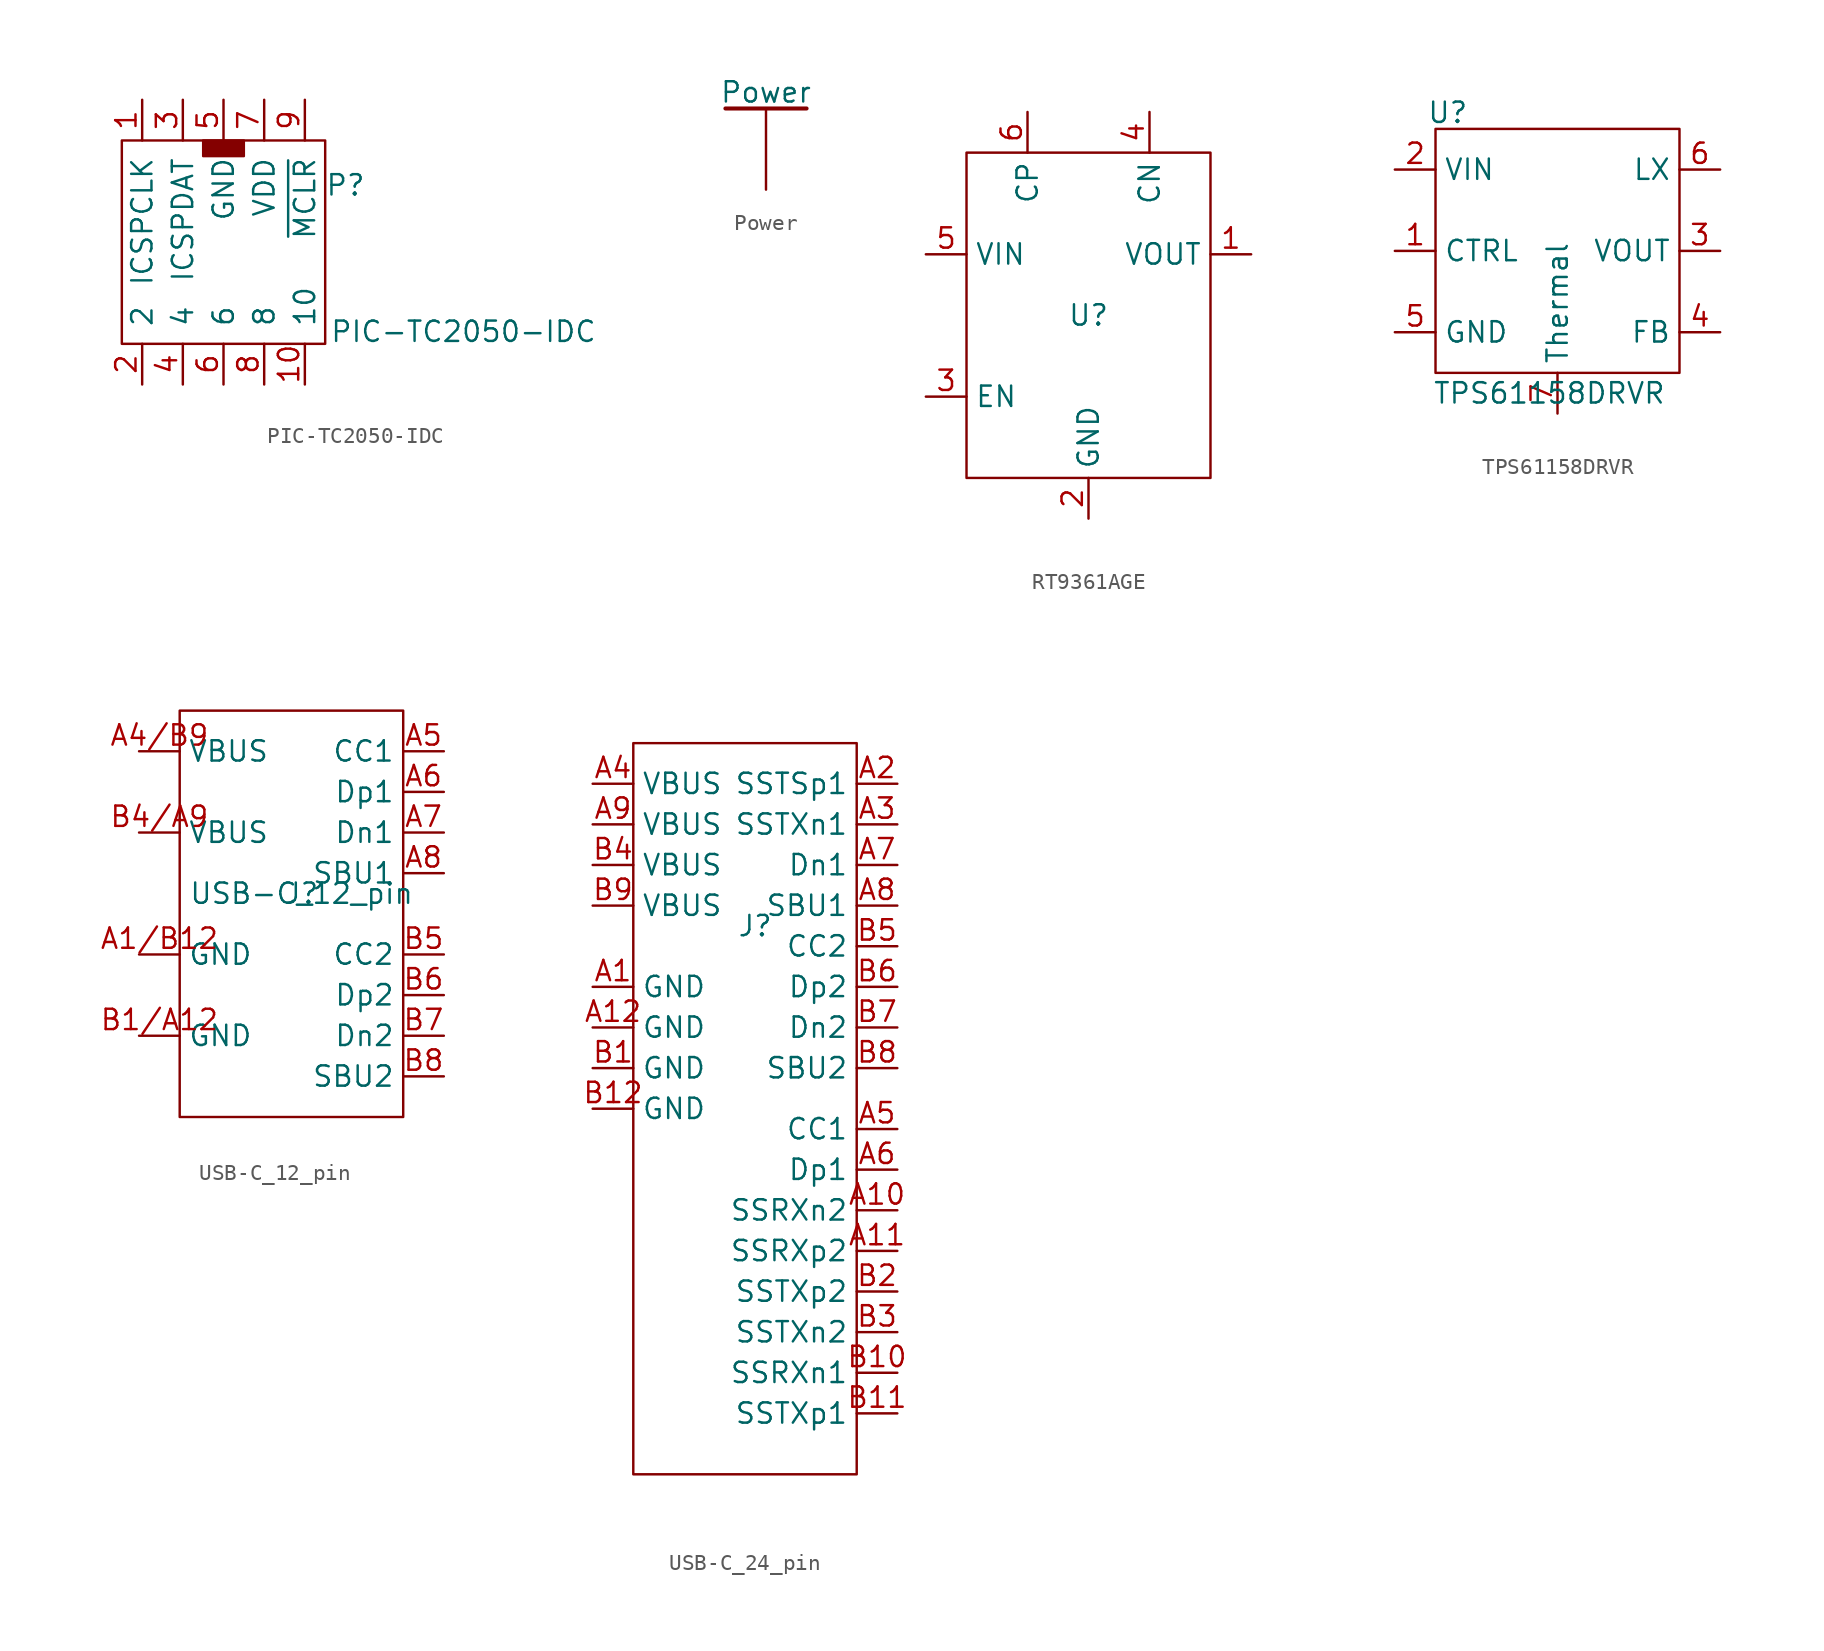
<source format=kicad_sym>
(kicad_symbol_lib
  (version 20240819)
  (generator "kicad_symbol_editor")
  (generator_version "8.99")
  (symbol "PIC-TC2050-IDC"
    (pin_names
      (offset 1.016))
    (property "Reference" "P"
      (at 7.62 3.556 0)
      (effects (font (size 1.27 1.27))))
    (property "Value" "PIC-TC2050-IDC"
      (at 14.986 -5.588 0)
      (effects (font (size 1.27 1.27))))
    (symbol "PIC-TC2050-IDC_0_1"
      (rectangle (start -6.35 6.35) (end 6.35 -6.35) (stroke (width 0) (type default)) (fill (type none)))
      (rectangle (start -1.27 6.35) (end 1.27 5.371) (stroke (width 0) (type default)) (fill (type outline))))
    (symbol "PIC-TC2050-IDC_1_1"
      (pin passive line (at -5.08 8.89 270) (length 2.54) (name "ICSPCLK" (effects (font (size 1.27 1.27)))) (number "1" (effects (font (size 1.27 1.27)))))
      (pin passive line (at -5.08 -8.89 90) (length 2.54) (name "2" (effects (font (size 1.27 1.27)))) (number "2" (effects (font (size 1.27 1.27)))))
      (pin passive line (at -2.54 8.89 270) (length 2.54) (name "ICSPDAT" (effects (font (size 1.27 1.27)))) (number "3" (effects (font (size 1.27 1.27)))))
      (pin passive line (at -2.54 -8.89 90) (length 2.54) (name "4" (effects (font (size 1.27 1.27)))) (number "4" (effects (font (size 1.27 1.27)))))
      (pin passive line (at 0 8.89 270) (length 2.54) (name "GND" (effects (font (size 1.27 1.27)))) (number "5" (effects (font (size 1.27 1.27)))))
      (pin passive line (at 0 -8.89 90) (length 2.54) (name "6" (effects (font (size 1.27 1.27)))) (number "6" (effects (font (size 1.27 1.27)))))
      (pin passive line (at 2.54 8.89 270) (length 2.54) (name "VDD" (effects (font (size 1.27 1.27)))) (number "7" (effects (font (size 1.27 1.27)))))
      (pin passive line (at 2.54 -8.89 90) (length 2.54) (name "8" (effects (font (size 1.27 1.27)))) (number "8" (effects (font (size 1.27 1.27)))))
      (pin passive line (at 5.08 8.89 270) (length 2.54) (name "~{MCLR}" (effects (font (size 1.27 1.27)))) (number "9" (effects (font (size 1.27 1.27)))))
      (pin passive line (at 5.08 -8.89 90) (length 2.54) (name "10" (effects (font (size 1.27 1.27)))) (number "10" (effects (font (size 1.27 1.27)))))))
  (symbol "Power"
    (power)
    (pin_numbers
      (hide yes))
    (pin_names
      (offset 0)
      (hide yes))
    (property "Reference" "#PWR"
      (at -1.524 -1.27 0)
      (effects (font (size 1.27 1.27)) (hide yes)))
    (property "Value" "Power"
      (at 0 1.016 0)
      (effects (font (size 1.27 1.27))))
    (symbol "Power_0_1"
      (polyline (pts (xy -2.54 0) (xy 2.54 0)) (stroke (width 0.254) (type default)) (fill (type none)))
      (polyline (pts (xy 0 0) (xy 0 -5.08)) (stroke (width 0) (type default)) (fill (type none))))
    (symbol "Power_1_1"
      (pin power_in line (at 0 -5.08 90) (length 0) (hide yes) (name "Power" (effects (font (size 1.27 1.27)))) (number "" (effects (font (size 1.27 1.27)))))))
  (symbol "RT9361AGE"
    (property "Reference" "U"
      (at 0 0 0)
      (effects (font (size 1.27 1.27))))
    (symbol "RT9361AGE_0_1"
      (rectangle (start -7.62 10.16) (end 7.62 -10.16) (stroke (width 0) (type default)) (fill (type none))))
    (symbol "RT9361AGE_1_1"
      (pin passive line (at -10.16 3.81 0) (length 2.54) (name "VIN" (effects (font (size 1.27 1.27)))) (number "5" (effects (font (size 1.27 1.27)))))
      (pin passive line (at -10.16 -5.08 0) (length 2.54) (name "EN" (effects (font (size 1.27 1.27)))) (number "3" (effects (font (size 1.27 1.27)))))
      (pin passive line (at -3.81 12.7 270) (length 2.54) (name "CP" (effects (font (size 1.27 1.27)))) (number "6" (effects (font (size 1.27 1.27)))))
      (pin passive line (at 0 -12.7 90) (length 2.54) (name "GND" (effects (font (size 1.27 1.27)))) (number "2" (effects (font (size 1.27 1.27)))))
      (pin passive line (at 3.81 12.7 270) (length 2.54) (name "CN" (effects (font (size 1.27 1.27)))) (number "4" (effects (font (size 1.27 1.27)))))
      (pin passive line (at 10.16 3.81 180) (length 2.54) (name "VOUT" (effects (font (size 1.27 1.27)))) (number "1" (effects (font (size 1.27 1.27)))))))
  (symbol "TPS61158DRVR"
    (property "Reference" "U"
      (at -6.858 8.636 0)
      (effects (font (size 1.27 1.27))))
    (property "Value" "TPS61158DRVR"
      (at -0.508 -8.89 0)
      (effects (font (size 1.27 1.27))))
    (symbol "TPS61158DRVR_0_1"
      (rectangle (start -7.62 7.62) (end 7.62 -7.62) (stroke (width 0) (type default)) (fill (type none))))
    (symbol "TPS61158DRVR_1_1"
      (pin passive line (at -10.16 5.08 0) (length 2.54) (name "VIN" (effects (font (size 1.27 1.27)))) (number "2" (effects (font (size 1.27 1.27)))))
      (pin passive line (at -10.16 0 0) (length 2.54) (name "CTRL" (effects (font (size 1.27 1.27)))) (number "1" (effects (font (size 1.27 1.27)))))
      (pin passive line (at -10.16 -5.08 0) (length 2.54) (name "GND" (effects (font (size 1.27 1.27)))) (number "5" (effects (font (size 1.27 1.27)))))
      (pin passive line (at 0 -10.16 90) (length 2.54) (name "Thermal" (effects (font (size 1.27 1.27)))) (number "7" (effects (font (size 1.27 1.27)))))
      (pin passive line (at 10.16 5.08 180) (length 2.54) (name "LX" (effects (font (size 1.27 1.27)))) (number "6" (effects (font (size 1.27 1.27)))))
      (pin passive line (at 10.16 0 180) (length 2.54) (name "VOUT" (effects (font (size 1.27 1.27)))) (number "3" (effects (font (size 1.27 1.27)))))
      (pin passive line (at 10.16 -5.08 180) (length 2.54) (name "FB" (effects (font (size 1.27 1.27)))) (number "4" (effects (font (size 1.27 1.27)))))))
  (symbol "USB-C_12_pin"
    (property "Reference" "J"
      (at 0 0 0)
      (effects (font (size 1.27 1.27))))
    (property "Value" "USB-C_12_pin"
      (at 0 0 0)
      (effects (font (size 1.27 1.27))))
    (symbol "USB-C_12_pin_0_1"
      (rectangle (start -7.62 11.43) (end 6.35 -13.97) (stroke (width 0) (type default)) (fill (type none))))
    (symbol "USB-C_12_pin_1_0"
      (pin power_in line (at -10.16 8.89 0) (length 2.54) (name "VBUS" (effects (font (size 1.27 1.27)))) (number "A4/B9" (effects (font (size 1.27 1.27)))))
      (pin power_in line (at -10.16 3.81 0) (length 2.54) (name "VBUS" (effects (font (size 1.27 1.27)))) (number "B4/A9" (effects (font (size 1.27 1.27)))))
      (pin passive line (at 8.89 8.89 180) (length 2.54) (name "CC1" (effects (font (size 1.27 1.27)))) (number "A5" (effects (font (size 1.27 1.27)))))
      (pin passive line (at 8.89 6.35 180) (length 2.54) (name "Dp1" (effects (font (size 1.27 1.27)))) (number "A6" (effects (font (size 1.27 1.27)))))
      (pin passive line (at 8.89 3.81 180) (length 2.54) (name "Dn1" (effects (font (size 1.27 1.27)))) (number "A7" (effects (font (size 1.27 1.27)))))
      (pin passive line (at 8.89 1.27 180) (length 2.54) (name "SBU1" (effects (font (size 1.27 1.27)))) (number "A8" (effects (font (size 1.27 1.27)))))
      (pin passive line (at 8.89 -3.81 180) (length 2.54) (name "CC2" (effects (font (size 1.27 1.27)))) (number "B5" (effects (font (size 1.27 1.27)))))
      (pin passive line (at 8.89 -6.35 180) (length 2.54) (name "Dp2" (effects (font (size 1.27 1.27)))) (number "B6" (effects (font (size 1.27 1.27)))))
      (pin passive line (at 8.89 -8.89 180) (length 2.54) (name "Dn2" (effects (font (size 1.27 1.27)))) (number "B7" (effects (font (size 1.27 1.27)))))
      (pin passive line (at 8.89 -11.43 180) (length 2.54) (name "SBU2" (effects (font (size 1.27 1.27)))) (number "B8" (effects (font (size 1.27 1.27))))))
    (symbol "USB-C_12_pin_1_1"
      (pin power_out line (at -10.16 -3.81 0) (length 2.54) (name "GND" (effects (font (size 1.27 1.27)))) (number "A1/B12" (effects (font (size 1.27 1.27)))))
      (pin power_out line (at -10.16 -8.89 0) (length 2.54) (name "GND" (effects (font (size 1.27 1.27)))) (number "B1/A12" (effects (font (size 1.27 1.27)))))))
  (symbol "USB-C_24_pin"
    (property "Reference" "J"
      (at 0 0 0)
      (effects (font (size 1.27 1.27))))
    (property "Value" ""
      (at 0 0 0)
      (effects (font (size 1.27 1.27))))
    (symbol "USB-C_24_pin_0_1"
      (rectangle (start -7.62 11.43) (end 6.35 -34.29) (stroke (width 0) (type default)) (fill (type none))))
    (symbol "USB-C_24_pin_1_0"
      (pin power_in line (at -10.16 8.89 0) (length 2.54) (name "VBUS" (effects (font (size 1.27 1.27)))) (number "A4" (effects (font (size 1.27 1.27)))))
      (pin power_in line (at -10.16 6.35 0) (length 2.54) (name "VBUS" (effects (font (size 1.27 1.27)))) (number "A9" (effects (font (size 1.27 1.27)))))
      (pin power_in line (at -10.16 3.81 0) (length 2.54) (name "VBUS" (effects (font (size 1.27 1.27)))) (number "B4" (effects (font (size 1.27 1.27)))))
      (pin power_in line (at -10.16 1.27 0) (length 2.54) (name "VBUS" (effects (font (size 1.27 1.27)))) (number "B9" (effects (font (size 1.27 1.27)))))
      (pin passive line (at 8.89 8.89 180) (length 2.54) (name "SSTSp1" (effects (font (size 1.27 1.27)))) (number "A2" (effects (font (size 1.27 1.27)))))
      (pin passive line (at 8.89 6.35 180) (length 2.54) (name "SSTXn1" (effects (font (size 1.27 1.27)))) (number "A3" (effects (font (size 1.27 1.27)))))
      (pin passive line (at 8.89 3.81 180) (length 2.54) (name "Dn1" (effects (font (size 1.27 1.27)))) (number "A7" (effects (font (size 1.27 1.27)))))
      (pin passive line (at 8.89 1.27 180) (length 2.54) (name "SBU1" (effects (font (size 1.27 1.27)))) (number "A8" (effects (font (size 1.27 1.27)))))
      (pin passive line (at 8.89 -1.27 180) (length 2.54) (name "CC2" (effects (font (size 1.27 1.27)))) (number "B5" (effects (font (size 1.27 1.27)))))
      (pin passive line (at 8.89 -3.81 180) (length 2.54) (name "Dp2" (effects (font (size 1.27 1.27)))) (number "B6" (effects (font (size 1.27 1.27)))))
      (pin passive line (at 8.89 -6.35 180) (length 2.54) (name "Dn2" (effects (font (size 1.27 1.27)))) (number "B7" (effects (font (size 1.27 1.27)))))
      (pin passive line (at 8.89 -8.89 180) (length 2.54) (name "SBU2" (effects (font (size 1.27 1.27)))) (number "B8" (effects (font (size 1.27 1.27)))))
      (pin passive line (at 8.89 -12.7 180) (length 2.54) (name "CC1" (effects (font (size 1.27 1.27)))) (number "A5" (effects (font (size 1.27 1.27)))))
      (pin passive line (at 8.89 -15.24 180) (length 2.54) (name "Dp1" (effects (font (size 1.27 1.27)))) (number "A6" (effects (font (size 1.27 1.27)))))
      (pin passive line (at 8.89 -17.78 180) (length 2.54) (name "SSRXn2" (effects (font (size 1.27 1.27)))) (number "A10" (effects (font (size 1.27 1.27)))))
      (pin passive line (at 8.89 -20.32 180) (length 2.54) (name "SSRXp2" (effects (font (size 1.27 1.27)))) (number "A11" (effects (font (size 1.27 1.27)))))
      (pin passive line (at 8.89 -22.86 180) (length 2.54) (name "SSTXp2" (effects (font (size 1.27 1.27)))) (number "B2" (effects (font (size 1.27 1.27)))))
      (pin passive line (at 8.89 -25.4 180) (length 2.54) (name "SSTXn2" (effects (font (size 1.27 1.27)))) (number "B3" (effects (font (size 1.27 1.27)))))
      (pin passive line (at 8.89 -27.94 180) (length 2.54) (name "SSRXn1" (effects (font (size 1.27 1.27)))) (number "B10" (effects (font (size 1.27 1.27)))))
      (pin passive line (at 8.89 -30.48 180) (length 2.54) (name "SSTXp1" (effects (font (size 1.27 1.27)))) (number "B11" (effects (font (size 1.27 1.27))))))
    (symbol "USB-C_24_pin_1_1"
      (pin power_out line (at -10.16 -3.81 0) (length 2.54) (name "GND" (effects (font (size 1.27 1.27)))) (number "A1" (effects (font (size 1.27 1.27)))))
      (pin power_out line (at -10.16 -6.35 0) (length 2.54) (name "GND" (effects (font (size 1.27 1.27)))) (number "A12" (effects (font (size 1.27 1.27)))))
      (pin power_out line (at -10.16 -8.89 0) (length 2.54) (name "GND" (effects (font (size 1.27 1.27)))) (number "B1" (effects (font (size 1.27 1.27)))))
      (pin power_out line (at -10.16 -11.43 0) (length 2.54) (name "GND" (effects (font (size 1.27 1.27)))) (number "B12" (effects (font (size 1.27 1.27))))))))
</source>
